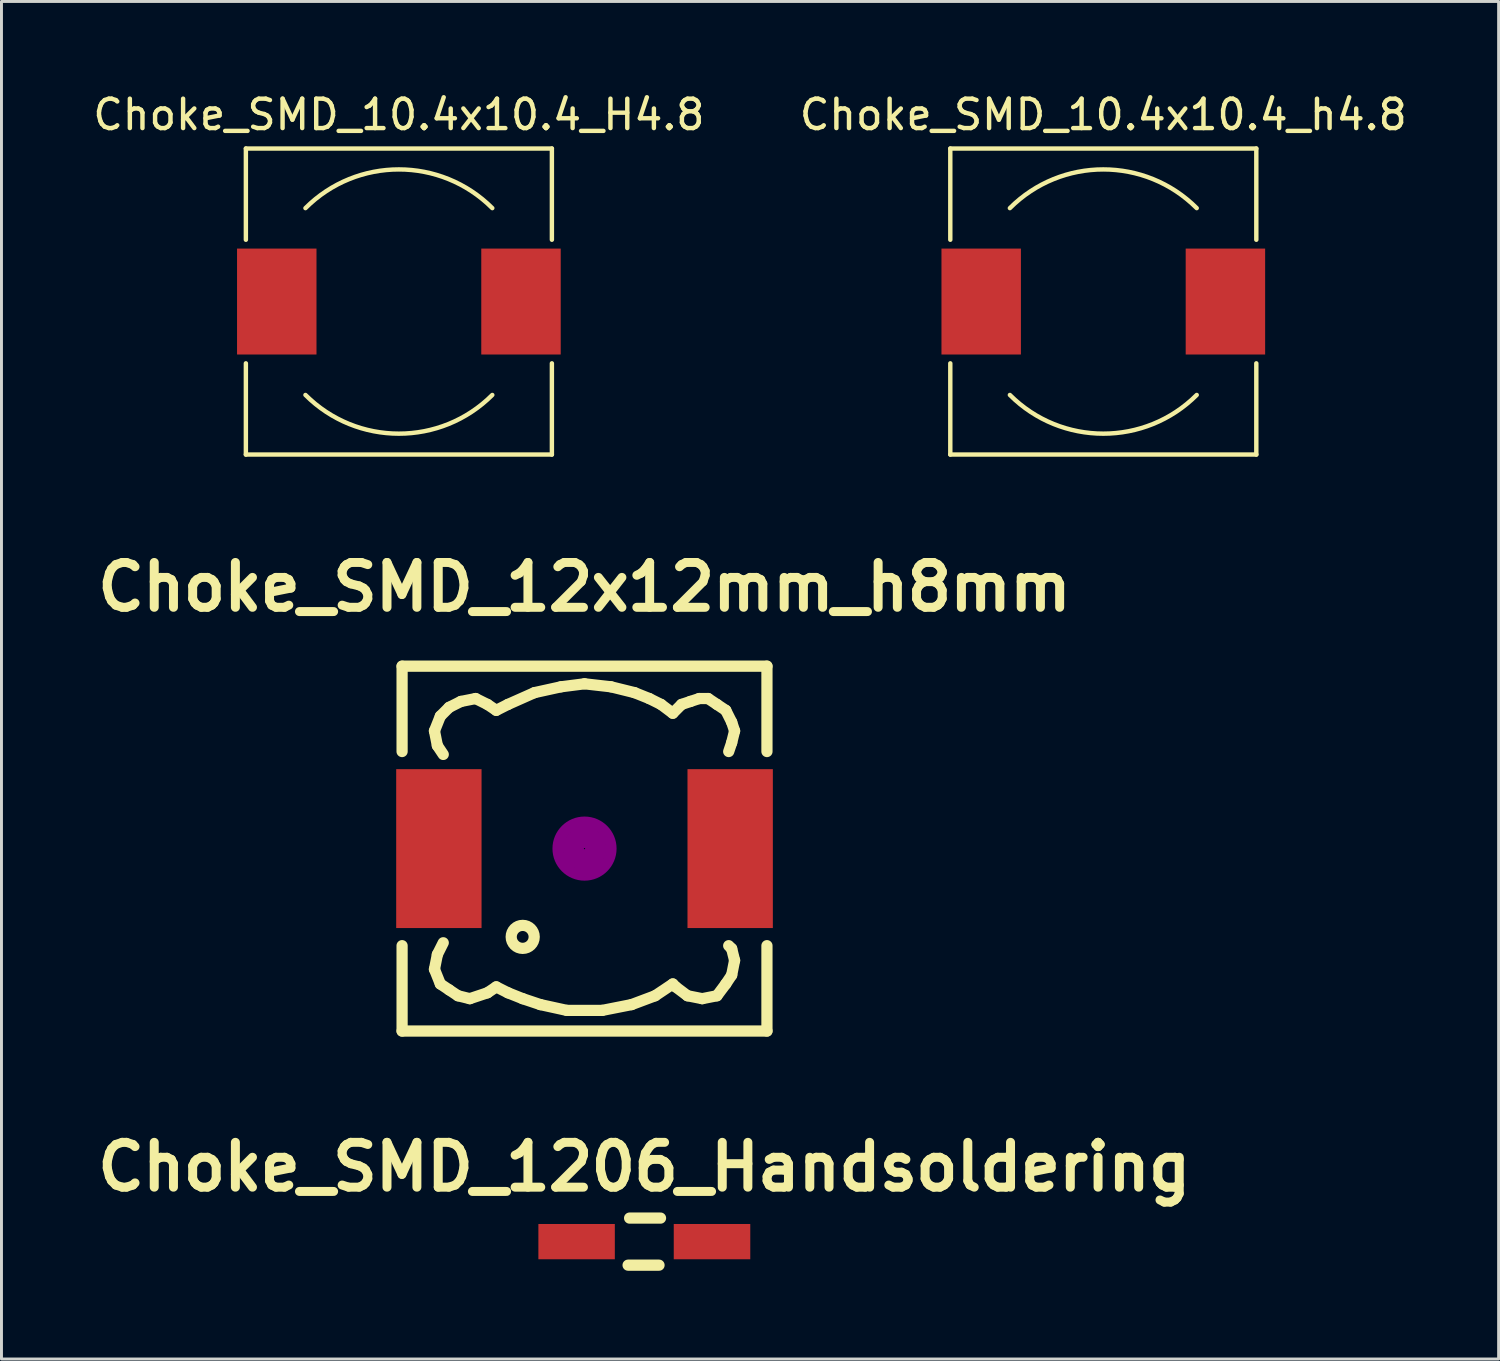
<source format=kicad_pcb>
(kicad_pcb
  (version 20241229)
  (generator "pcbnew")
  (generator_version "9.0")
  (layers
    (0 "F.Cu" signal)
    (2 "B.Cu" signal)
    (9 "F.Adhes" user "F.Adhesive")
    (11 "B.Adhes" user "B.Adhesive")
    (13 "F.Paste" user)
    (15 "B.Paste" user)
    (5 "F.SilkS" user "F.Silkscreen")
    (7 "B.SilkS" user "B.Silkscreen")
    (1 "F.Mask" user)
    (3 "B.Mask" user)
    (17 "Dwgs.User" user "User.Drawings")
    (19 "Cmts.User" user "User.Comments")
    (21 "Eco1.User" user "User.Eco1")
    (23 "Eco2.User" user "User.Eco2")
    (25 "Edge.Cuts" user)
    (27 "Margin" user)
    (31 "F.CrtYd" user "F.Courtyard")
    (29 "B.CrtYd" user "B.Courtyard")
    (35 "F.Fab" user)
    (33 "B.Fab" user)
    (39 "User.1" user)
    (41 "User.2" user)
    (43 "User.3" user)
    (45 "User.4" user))
  (footprint "Choke_SMD_10.4x10.4_h4.8"
    (layer "F.Cu")
    (at 34.446 7.198)
    (property "Reference" "Choke_SMD_10.4x10.4_h4.8" (at 0 -6.35 0) (layer "F.SilkS") (effects (font (size 1 1) (thickness 0.15))))
    (attr smd)
    (fp_line (start -5.2 -5.2) (end -5.2 -2.1) (stroke (width 0.15) (type solid)) (layer "F.SilkS"))
    (fp_line (start -5.2 -5.2) (end 5.2 -5.2) (stroke (width 0.15) (type solid)) (layer "F.SilkS"))
    (fp_line (start -5.2 5.2) (end -5.2 2.1) (stroke (width 0.15) (type solid)) (layer "F.SilkS"))
    (fp_line (start -5.2 5.2) (end 5.2 5.2) (stroke (width 0.15) (type solid)) (layer "F.SilkS"))
    (fp_line (start 5.2 -5.2) (end 5.2 -2.1) (stroke (width 0.15) (type solid)) (layer "F.SilkS"))
    (fp_line (start 5.2 5.2) (end 5.2 2.1) (stroke (width 0.15) (type solid)) (layer "F.SilkS"))
    (fp_arc (start -3.175 -3.175) (mid 0 -4.490128) (end 3.175 -3.175) (stroke (width 0.15) (type solid)) (layer "F.SilkS"))
    (fp_arc (start 3.175 3.175) (mid 0 4.490128) (end -3.175 3.175) (stroke (width 0.15) (type solid)) (layer "F.SilkS"))
    (pad "1" smd rect (at -4.15 0) (size 2.7 3.6) (layers "F.Cu" "F.Mask" "F.Paste"))
    (pad "2" smd rect (at 4.15 0) (size 2.7 3.6) (layers "F.Cu" "F.Mask" "F.Paste")))
  (footprint "Choke_SMD_12x12mm_h8mm"
    (layer "F.Cu")
    (at 16.815 25.79)
    (property "Reference" "Choke_SMD_12x12mm_h8mm" (at 0 -8.89 0) (layer "F.SilkS") (effects (font (size 1.524 1.524) (thickness 0.305))))
    (attr smd)
    (fp_line (start -6.2 -6.2) (end -6.2 -3.299) (stroke (width 0.381) (type solid)) (layer "F.SilkS"))
    (fp_line (start -6.2 3.299) (end -6.2 6.2) (stroke (width 0.381) (type solid)) (layer "F.SilkS"))
    (fp_line (start -6.2 6.2) (end 6.2 6.2) (stroke (width 0.381) (type solid)) (layer "F.SilkS"))
    (fp_line (start -5.1 -4) (end -5.001 -3.5) (stroke (width 0.381) (type solid)) (layer "F.SilkS"))
    (fp_line (start -5.1 4.1) (end -5.001 3.599) (stroke (width 0.381) (type solid)) (layer "F.SilkS"))
    (fp_line (start -5.001 -3.5) (end -4.801 -3.2) (stroke (width 0.381) (type solid)) (layer "F.SilkS"))
    (fp_line (start -5.001 3.599) (end -4.801 3.2) (stroke (width 0.381) (type solid)) (layer "F.SilkS"))
    (fp_line (start -4.9 -4.501) (end -5.1 -4) (stroke (width 0.381) (type solid)) (layer "F.SilkS"))
    (fp_line (start -4.9 4.6) (end -5.1 4.1) (stroke (width 0.381) (type solid)) (layer "F.SilkS"))
    (fp_line (start -4.6 -4.801) (end -4.9 -4.501) (stroke (width 0.381) (type solid)) (layer "F.SilkS"))
    (fp_line (start -4.6 4.801) (end -4.9 4.6) (stroke (width 0.381) (type solid)) (layer "F.SilkS"))
    (fp_line (start -4.3 5.001) (end -4.6 4.801) (stroke (width 0.381) (type solid)) (layer "F.SilkS"))
    (fp_line (start -4.201 -5.001) (end -4.6 -4.801) (stroke (width 0.381) (type solid)) (layer "F.SilkS"))
    (fp_line (start -3.899 5.1) (end -4.3 5.001) (stroke (width 0.381) (type solid)) (layer "F.SilkS"))
    (fp_line (start -3.701 -5.1) (end -4.201 -5.001) (stroke (width 0.381) (type solid)) (layer "F.SilkS"))
    (fp_line (start -3.299 -4.9) (end -3.701 -5.1) (stroke (width 0.381) (type solid)) (layer "F.SilkS"))
    (fp_line (start -3.299 4.9) (end -3.899 5.1) (stroke (width 0.381) (type solid)) (layer "F.SilkS"))
    (fp_line (start -3 -4.699) (end -3.299 -4.9) (stroke (width 0.381) (type solid)) (layer "F.SilkS"))
    (fp_line (start -3 4.699) (end -3.299 4.9) (stroke (width 0.381) (type solid)) (layer "F.SilkS"))
    (fp_line (start -2.601 -4.9) (end -3 -4.699) (stroke (width 0.381) (type solid)) (layer "F.SilkS"))
    (fp_line (start -2.601 4.9) (end -3 4.699) (stroke (width 0.381) (type solid)) (layer "F.SilkS"))
    (fp_line (start -2.101 5.1) (end -2.601 4.9) (stroke (width 0.381) (type solid)) (layer "F.SilkS"))
    (fp_line (start -1.699 -5.301) (end -2.601 -4.9) (stroke (width 0.381) (type solid)) (layer "F.SilkS"))
    (fp_line (start -1.501 5.301) (end -2.101 5.1) (stroke (width 0.381) (type solid)) (layer "F.SilkS"))
    (fp_line (start -0.8 -5.499) (end -1.699 -5.301) (stroke (width 0.381) (type solid)) (layer "F.SilkS"))
    (fp_line (start -0.599 5.499) (end -1.501 5.301) (stroke (width 0.381) (type solid)) (layer "F.SilkS"))
    (fp_line (start 0 -5.601) (end -0.8 -5.499) (stroke (width 0.381) (type solid)) (layer "F.SilkS"))
    (fp_line (start 0.599 5.499) (end -0.599 5.499) (stroke (width 0.381) (type solid)) (layer "F.SilkS"))
    (fp_line (start 0.899 -5.499) (end 0 -5.601) (stroke (width 0.381) (type solid)) (layer "F.SilkS"))
    (fp_line (start 1.6 5.301) (end 0.599 5.499) (stroke (width 0.381) (type solid)) (layer "F.SilkS"))
    (fp_line (start 1.699 -5.301) (end 0.899 -5.499) (stroke (width 0.381) (type solid)) (layer "F.SilkS"))
    (fp_line (start 2.2 -5.1) (end 1.699 -5.301) (stroke (width 0.381) (type solid)) (layer "F.SilkS"))
    (fp_line (start 2.4 5.001) (end 1.6 5.301) (stroke (width 0.381) (type solid)) (layer "F.SilkS"))
    (fp_line (start 2.601 -4.9) (end 2.2 -5.1) (stroke (width 0.381) (type solid)) (layer "F.SilkS"))
    (fp_line (start 3 -4.6) (end 2.601 -4.9) (stroke (width 0.381) (type solid)) (layer "F.SilkS"))
    (fp_line (start 3 4.6) (end 2.4 5.001) (stroke (width 0.381) (type solid)) (layer "F.SilkS"))
    (fp_line (start 3.099 4.699) (end 3 4.6) (stroke (width 0.381) (type solid)) (layer "F.SilkS"))
    (fp_line (start 3.299 -4.9) (end 3 -4.6) (stroke (width 0.381) (type solid)) (layer "F.SilkS"))
    (fp_line (start 3.5 5.001) (end 3.099 4.699) (stroke (width 0.381) (type solid)) (layer "F.SilkS"))
    (fp_line (start 3.599 -5.001) (end 3.299 -4.9) (stroke (width 0.381) (type solid)) (layer "F.SilkS"))
    (fp_line (start 3.899 -5.1) (end 3.599 -5.001) (stroke (width 0.381) (type solid)) (layer "F.SilkS"))
    (fp_line (start 4 5.1) (end 3.5 5.001) (stroke (width 0.381) (type solid)) (layer "F.SilkS"))
    (fp_line (start 4.201 -5.1) (end 3.899 -5.1) (stroke (width 0.381) (type solid)) (layer "F.SilkS"))
    (fp_line (start 4.501 -4.9) (end 4.201 -5.1) (stroke (width 0.381) (type solid)) (layer "F.SilkS"))
    (fp_line (start 4.501 5.001) (end 4 5.1) (stroke (width 0.381) (type solid)) (layer "F.SilkS"))
    (fp_line (start 4.801 -4.699) (end 4.501 -4.9) (stroke (width 0.381) (type solid)) (layer "F.SilkS"))
    (fp_line (start 4.801 4.6) (end 4.501 5.001) (stroke (width 0.381) (type solid)) (layer "F.SilkS"))
    (fp_line (start 4.9 -3.299) (end 5.001 -3.599) (stroke (width 0.381) (type solid)) (layer "F.SilkS"))
    (fp_line (start 4.9 3.299) (end 5.001 3.401) (stroke (width 0.381) (type solid)) (layer "F.SilkS"))
    (fp_line (start 5.001 -4.3) (end 4.801 -4.699) (stroke (width 0.381) (type solid)) (layer "F.SilkS"))
    (fp_line (start 5.001 -3.599) (end 5.1 -4) (stroke (width 0.381) (type solid)) (layer "F.SilkS"))
    (fp_line (start 5.001 3.401) (end 5.1 3.8) (stroke (width 0.381) (type solid)) (layer "F.SilkS"))
    (fp_line (start 5.001 4.3) (end 4.801 4.6) (stroke (width 0.381) (type solid)) (layer "F.SilkS"))
    (fp_line (start 5.1 -4) (end 5.001 -4.3) (stroke (width 0.381) (type solid)) (layer "F.SilkS"))
    (fp_line (start 5.1 3.8) (end 5.001 4.3) (stroke (width 0.381) (type solid)) (layer "F.SilkS"))
    (fp_line (start 6.2 -6.2) (end -6.2 -6.2) (stroke (width 0.381) (type solid)) (layer "F.SilkS"))
    (fp_line (start 6.2 -6.2) (end 6.2 -3.299) (stroke (width 0.381) (type solid)) (layer "F.SilkS"))
    (fp_line (start 6.2 6.2) (end 6.2 3.299) (stroke (width 0.381) (type solid)) (layer "F.SilkS"))
    (fp_circle (center -2.101 3) (end -1.801 3.251) (stroke (width 0.381) (type solid)) (fill no) (layer "F.SilkS"))
    (fp_circle (center 0 0) (end 0.15 0.15) (stroke (width 0.381) (type solid)) (fill no) (layer "F.Adhes"))
    (fp_circle (center 0 0) (end 0.551 0) (stroke (width 0.381) (type solid)) (fill no) (layer "F.Adhes"))
    (fp_circle (center 0 0) (end 0.899 0) (stroke (width 0.381) (type solid)) (fill no) (layer "F.Adhes"))
    (pad "1" smd rect (at -4.95 0) (size 2.901 5.4) (layers "F.Cu" "F.Mask" "F.Paste"))
    (pad "2" smd rect (at 4.95 0) (size 2.901 5.4) (layers "F.Cu" "F.Mask" "F.Paste")))
  (footprint "Choke_SMD_1206_Handsoldering"
    (layer "F.Cu")
    (at 18.847 39.147)
    (property "Reference" "Choke_SMD_1206_Handsoldering" (at 0 -2.54 0) (layer "F.SilkS") (effects (font (size 1.524 1.524) (thickness 0.305))))
    (attr smd)
    (fp_line (start -0.551 0.8) (end 0.5 0.8) (stroke (width 0.381) (type solid)) (layer "F.SilkS"))
    (fp_line (start 0.551 -0.8) (end -0.5 -0.8) (stroke (width 0.381) (type solid)) (layer "F.SilkS"))
    (pad "1" smd rect (at -2.301 0) (size 2.598 1.199) (layers "F.Cu" "F.Mask" "F.Paste"))
    (pad "2" smd rect (at 2.301 0) (size 2.601 1.199) (layers "F.Cu" "F.Mask" "F.Paste")))
  (footprint "Choke_SMD_10.4x10.4_H4.8"
    (layer "F.Cu")
    (at 10.506 7.198)
    (property "Reference" "Choke_SMD_10.4x10.4_H4.8" (at 0 -6.35 0) (layer "F.SilkS") (effects (font (size 1 1) (thickness 0.15))))
    (attr smd)
    (fp_line (start -5.2 -5.2) (end -5.2 -2.1) (stroke (width 0.15) (type solid)) (layer "F.SilkS"))
    (fp_line (start -5.2 -5.2) (end 5.2 -5.2) (stroke (width 0.15) (type solid)) (layer "F.SilkS"))
    (fp_line (start -5.2 5.2) (end -5.2 2.1) (stroke (width 0.15) (type solid)) (layer "F.SilkS"))
    (fp_line (start -5.2 5.2) (end 5.2 5.2) (stroke (width 0.15) (type solid)) (layer "F.SilkS"))
    (fp_line (start 5.2 -5.2) (end 5.2 -2.1) (stroke (width 0.15) (type solid)) (layer "F.SilkS"))
    (fp_line (start 5.2 5.2) (end 5.2 2.1) (stroke (width 0.15) (type solid)) (layer "F.SilkS"))
    (fp_arc (start -3.175 -3.175) (mid 0 -4.490128) (end 3.175 -3.175) (stroke (width 0.15) (type solid)) (layer "F.SilkS"))
    (fp_arc (start 3.175 3.175) (mid 0 4.490128) (end -3.175 3.175) (stroke (width 0.15) (type solid)) (layer "F.SilkS"))
    (pad "1" smd rect (at -4.15 0) (size 2.7 3.6) (layers "F.Cu" "F.Mask" "F.Paste"))
    (pad "2" smd rect (at 4.15 0) (size 2.7 3.6) (layers "F.Cu" "F.Mask" "F.Paste")))
  (gr_rect
    (start -3 -3)
    (end 47.881 43.137)
    (stroke (width 0.1) (type default))
    (fill no)
    (layer "Edge.Cuts")))
</source>
